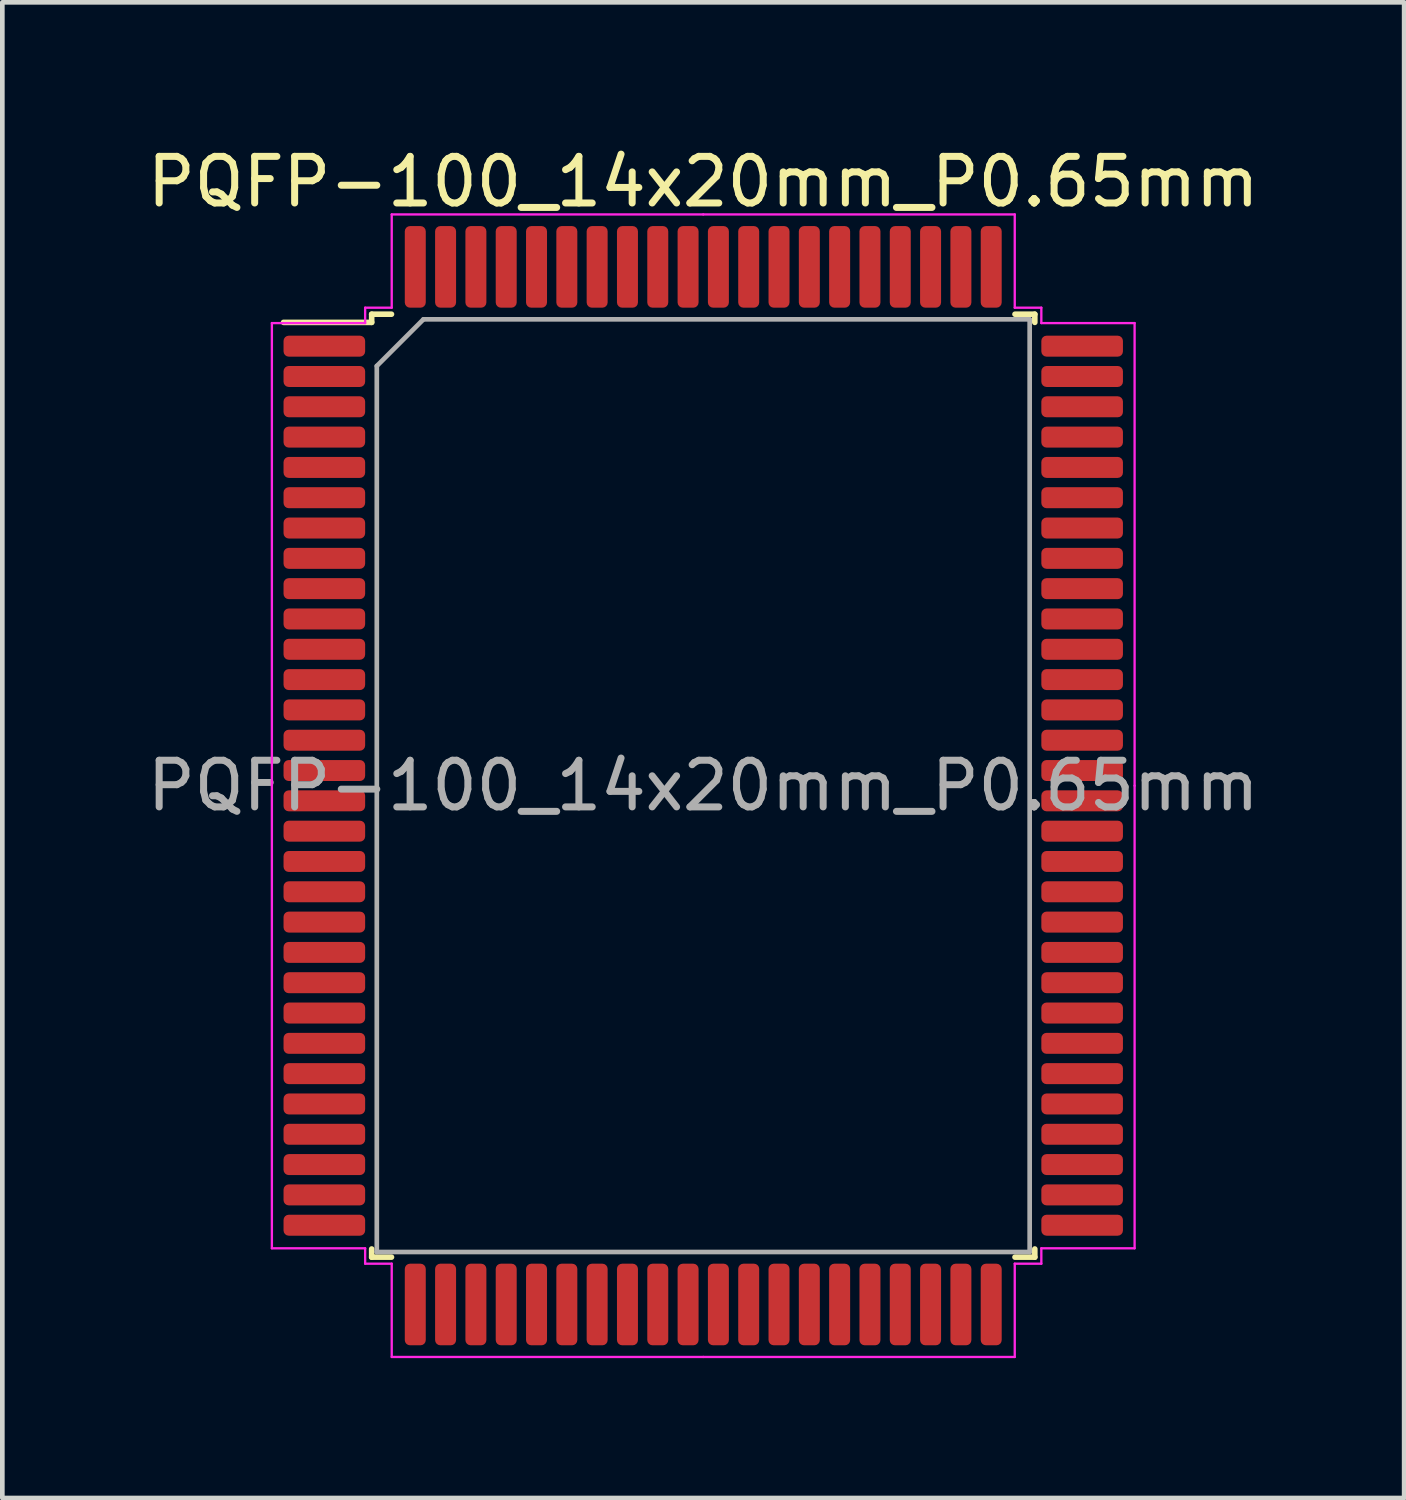
<source format=kicad_pcb>
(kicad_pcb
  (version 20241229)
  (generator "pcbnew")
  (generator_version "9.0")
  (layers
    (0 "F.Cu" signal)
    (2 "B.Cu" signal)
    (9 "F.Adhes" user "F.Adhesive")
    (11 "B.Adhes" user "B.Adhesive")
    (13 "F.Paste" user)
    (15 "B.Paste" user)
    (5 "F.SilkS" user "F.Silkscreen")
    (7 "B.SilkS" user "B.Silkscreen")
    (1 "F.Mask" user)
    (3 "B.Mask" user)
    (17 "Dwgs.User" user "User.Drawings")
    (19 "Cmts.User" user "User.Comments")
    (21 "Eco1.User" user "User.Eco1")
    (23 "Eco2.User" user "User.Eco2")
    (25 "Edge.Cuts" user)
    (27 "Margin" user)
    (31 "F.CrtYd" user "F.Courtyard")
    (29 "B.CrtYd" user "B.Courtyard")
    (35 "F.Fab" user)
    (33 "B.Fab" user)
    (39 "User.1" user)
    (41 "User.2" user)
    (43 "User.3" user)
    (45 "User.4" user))
  (footprint "PQFP-100_14x20mm_P0.65mm"
    (layer "F.Cu")
    (at 12.03 13.798)
    (property "Reference" "PQFP-100_14x20mm_P0.65mm" (at 0 -12.95 0) (layer "F.SilkS") (effects (font (size 1 1) (thickness 0.15))))
    (attr smd)
    (fp_line (start -7.11 -10.11) (end -7.11 -9.935) (stroke (width 0.12) (type solid)) (layer "F.SilkS"))
    (fp_line (start -7.11 -9.935) (end -9 -9.935) (stroke (width 0.12) (type solid)) (layer "F.SilkS"))
    (fp_line (start -7.11 10.11) (end -7.11 9.935) (stroke (width 0.12) (type solid)) (layer "F.SilkS"))
    (fp_line (start -6.685 -10.11) (end -7.11 -10.11) (stroke (width 0.12) (type solid)) (layer "F.SilkS"))
    (fp_line (start -6.685 10.11) (end -7.11 10.11) (stroke (width 0.12) (type solid)) (layer "F.SilkS"))
    (fp_line (start 6.685 -10.11) (end 7.11 -10.11) (stroke (width 0.12) (type solid)) (layer "F.SilkS"))
    (fp_line (start 6.685 10.11) (end 7.11 10.11) (stroke (width 0.12) (type solid)) (layer "F.SilkS"))
    (fp_line (start 7.11 -10.11) (end 7.11 -9.935) (stroke (width 0.12) (type solid)) (layer "F.SilkS"))
    (fp_line (start 7.11 10.11) (end 7.11 9.935) (stroke (width 0.12) (type solid)) (layer "F.SilkS"))
    (fp_line (start -9.25 -9.92) (end -9.25 0) (stroke (width 0.05) (type solid)) (layer "F.CrtYd"))
    (fp_line (start -9.25 9.92) (end -9.25 0) (stroke (width 0.05) (type solid)) (layer "F.CrtYd"))
    (fp_line (start -7.25 -10.25) (end -7.25 -9.92) (stroke (width 0.05) (type solid)) (layer "F.CrtYd"))
    (fp_line (start -7.25 -9.92) (end -9.25 -9.92) (stroke (width 0.05) (type solid)) (layer "F.CrtYd"))
    (fp_line (start -7.25 9.92) (end -9.25 9.92) (stroke (width 0.05) (type solid)) (layer "F.CrtYd"))
    (fp_line (start -7.25 10.25) (end -7.25 9.92) (stroke (width 0.05) (type solid)) (layer "F.CrtYd"))
    (fp_line (start -6.68 -12.25) (end -6.68 -10.25) (stroke (width 0.05) (type solid)) (layer "F.CrtYd"))
    (fp_line (start -6.68 -10.25) (end -7.25 -10.25) (stroke (width 0.05) (type solid)) (layer "F.CrtYd"))
    (fp_line (start -6.68 10.25) (end -7.25 10.25) (stroke (width 0.05) (type solid)) (layer "F.CrtYd"))
    (fp_line (start -6.68 12.25) (end -6.68 10.25) (stroke (width 0.05) (type solid)) (layer "F.CrtYd"))
    (fp_line (start 0 -12.25) (end -6.68 -12.25) (stroke (width 0.05) (type solid)) (layer "F.CrtYd"))
    (fp_line (start 0 -12.25) (end 6.68 -12.25) (stroke (width 0.05) (type solid)) (layer "F.CrtYd"))
    (fp_line (start 0 12.25) (end -6.68 12.25) (stroke (width 0.05) (type solid)) (layer "F.CrtYd"))
    (fp_line (start 0 12.25) (end 6.68 12.25) (stroke (width 0.05) (type solid)) (layer "F.CrtYd"))
    (fp_line (start 6.68 -12.25) (end 6.68 -10.25) (stroke (width 0.05) (type solid)) (layer "F.CrtYd"))
    (fp_line (start 6.68 -10.25) (end 7.25 -10.25) (stroke (width 0.05) (type solid)) (layer "F.CrtYd"))
    (fp_line (start 6.68 10.25) (end 7.25 10.25) (stroke (width 0.05) (type solid)) (layer "F.CrtYd"))
    (fp_line (start 6.68 12.25) (end 6.68 10.25) (stroke (width 0.05) (type solid)) (layer "F.CrtYd"))
    (fp_line (start 7.25 -10.25) (end 7.25 -9.92) (stroke (width 0.05) (type solid)) (layer "F.CrtYd"))
    (fp_line (start 7.25 -9.92) (end 9.25 -9.92) (stroke (width 0.05) (type solid)) (layer "F.CrtYd"))
    (fp_line (start 7.25 9.92) (end 9.25 9.92) (stroke (width 0.05) (type solid)) (layer "F.CrtYd"))
    (fp_line (start 7.25 10.25) (end 7.25 9.92) (stroke (width 0.05) (type solid)) (layer "F.CrtYd"))
    (fp_line (start 9.25 -9.92) (end 9.25 0) (stroke (width 0.05) (type solid)) (layer "F.CrtYd"))
    (fp_line (start 9.25 9.92) (end 9.25 0) (stroke (width 0.05) (type solid)) (layer "F.CrtYd"))
    (fp_line (start -7 -9) (end -6 -10) (stroke (width 0.1) (type solid)) (layer "F.Fab"))
    (fp_line (start -7 10) (end -7 -9) (stroke (width 0.1) (type solid)) (layer "F.Fab"))
    (fp_line (start -6 -10) (end 7 -10) (stroke (width 0.1) (type solid)) (layer "F.Fab"))
    (fp_line (start 7 -10) (end 7 10) (stroke (width 0.1) (type solid)) (layer "F.Fab"))
    (fp_line (start 7 10) (end -7 10) (stroke (width 0.1) (type solid)) (layer "F.Fab"))
    (fp_text user "${REFERENCE}" (at 0 0 0) (layer "F.Fab") (effects (font (size 1 1) (thickness 0.15))))
    (pad "1" smd roundrect (at -8.125 -9.425) (size 1.75 0.45) (layers "F.Cu" "F.Mask" "F.Paste") (roundrect_rratio 0.25))
    (pad "2" smd roundrect (at -8.125 -8.775) (size 1.75 0.45) (layers "F.Cu" "F.Mask" "F.Paste") (roundrect_rratio 0.25))
    (pad "3" smd roundrect (at -8.125 -8.125) (size 1.75 0.45) (layers "F.Cu" "F.Mask" "F.Paste") (roundrect_rratio 0.25))
    (pad "4" smd roundrect (at -8.125 -7.475) (size 1.75 0.45) (layers "F.Cu" "F.Mask" "F.Paste") (roundrect_rratio 0.25))
    (pad "5" smd roundrect (at -8.125 -6.825) (size 1.75 0.45) (layers "F.Cu" "F.Mask" "F.Paste") (roundrect_rratio 0.25))
    (pad "6" smd roundrect (at -8.125 -6.175) (size 1.75 0.45) (layers "F.Cu" "F.Mask" "F.Paste") (roundrect_rratio 0.25))
    (pad "7" smd roundrect (at -8.125 -5.525) (size 1.75 0.45) (layers "F.Cu" "F.Mask" "F.Paste") (roundrect_rratio 0.25))
    (pad "8" smd roundrect (at -8.125 -4.875) (size 1.75 0.45) (layers "F.Cu" "F.Mask" "F.Paste") (roundrect_rratio 0.25))
    (pad "9" smd roundrect (at -8.125 -4.225) (size 1.75 0.45) (layers "F.Cu" "F.Mask" "F.Paste") (roundrect_rratio 0.25))
    (pad "10" smd roundrect (at -8.125 -3.575) (size 1.75 0.45) (layers "F.Cu" "F.Mask" "F.Paste") (roundrect_rratio 0.25))
    (pad "11" smd roundrect (at -8.125 -2.925) (size 1.75 0.45) (layers "F.Cu" "F.Mask" "F.Paste") (roundrect_rratio 0.25))
    (pad "12" smd roundrect (at -8.125 -2.275) (size 1.75 0.45) (layers "F.Cu" "F.Mask" "F.Paste") (roundrect_rratio 0.25))
    (pad "13" smd roundrect (at -8.125 -1.625) (size 1.75 0.45) (layers "F.Cu" "F.Mask" "F.Paste") (roundrect_rratio 0.25))
    (pad "14" smd roundrect (at -8.125 -0.975) (size 1.75 0.45) (layers "F.Cu" "F.Mask" "F.Paste") (roundrect_rratio 0.25))
    (pad "15" smd roundrect (at -8.125 -0.325) (size 1.75 0.45) (layers "F.Cu" "F.Mask" "F.Paste") (roundrect_rratio 0.25))
    (pad "16" smd roundrect (at -8.125 0.325) (size 1.75 0.45) (layers "F.Cu" "F.Mask" "F.Paste") (roundrect_rratio 0.25))
    (pad "17" smd roundrect (at -8.125 0.975) (size 1.75 0.45) (layers "F.Cu" "F.Mask" "F.Paste") (roundrect_rratio 0.25))
    (pad "18" smd roundrect (at -8.125 1.625) (size 1.75 0.45) (layers "F.Cu" "F.Mask" "F.Paste") (roundrect_rratio 0.25))
    (pad "19" smd roundrect (at -8.125 2.275) (size 1.75 0.45) (layers "F.Cu" "F.Mask" "F.Paste") (roundrect_rratio 0.25))
    (pad "20" smd roundrect (at -8.125 2.925) (size 1.75 0.45) (layers "F.Cu" "F.Mask" "F.Paste") (roundrect_rratio 0.25))
    (pad "21" smd roundrect (at -8.125 3.575) (size 1.75 0.45) (layers "F.Cu" "F.Mask" "F.Paste") (roundrect_rratio 0.25))
    (pad "22" smd roundrect (at -8.125 4.225) (size 1.75 0.45) (layers "F.Cu" "F.Mask" "F.Paste") (roundrect_rratio 0.25))
    (pad "23" smd roundrect (at -8.125 4.875) (size 1.75 0.45) (layers "F.Cu" "F.Mask" "F.Paste") (roundrect_rratio 0.25))
    (pad "24" smd roundrect (at -8.125 5.525) (size 1.75 0.45) (layers "F.Cu" "F.Mask" "F.Paste") (roundrect_rratio 0.25))
    (pad "25" smd roundrect (at -8.125 6.175) (size 1.75 0.45) (layers "F.Cu" "F.Mask" "F.Paste") (roundrect_rratio 0.25))
    (pad "26" smd roundrect (at -8.125 6.825) (size 1.75 0.45) (layers "F.Cu" "F.Mask" "F.Paste") (roundrect_rratio 0.25))
    (pad "27" smd roundrect (at -8.125 7.475) (size 1.75 0.45) (layers "F.Cu" "F.Mask" "F.Paste") (roundrect_rratio 0.25))
    (pad "28" smd roundrect (at -8.125 8.125) (size 1.75 0.45) (layers "F.Cu" "F.Mask" "F.Paste") (roundrect_rratio 0.25))
    (pad "29" smd roundrect (at -8.125 8.775) (size 1.75 0.45) (layers "F.Cu" "F.Mask" "F.Paste") (roundrect_rratio 0.25))
    (pad "30" smd roundrect (at -8.125 9.425) (size 1.75 0.45) (layers "F.Cu" "F.Mask" "F.Paste") (roundrect_rratio 0.25))
    (pad "31" smd roundrect (at -6.175 11.125) (size 0.45 1.75) (layers "F.Cu" "F.Mask" "F.Paste") (roundrect_rratio 0.25))
    (pad "32" smd roundrect (at -5.525 11.125) (size 0.45 1.75) (layers "F.Cu" "F.Mask" "F.Paste") (roundrect_rratio 0.25))
    (pad "33" smd roundrect (at -4.875 11.125) (size 0.45 1.75) (layers "F.Cu" "F.Mask" "F.Paste") (roundrect_rratio 0.25))
    (pad "34" smd roundrect (at -4.225 11.125) (size 0.45 1.75) (layers "F.Cu" "F.Mask" "F.Paste") (roundrect_rratio 0.25))
    (pad "35" smd roundrect (at -3.575 11.125) (size 0.45 1.75) (layers "F.Cu" "F.Mask" "F.Paste") (roundrect_rratio 0.25))
    (pad "36" smd roundrect (at -2.925 11.125) (size 0.45 1.75) (layers "F.Cu" "F.Mask" "F.Paste") (roundrect_rratio 0.25))
    (pad "37" smd roundrect (at -2.275 11.125) (size 0.45 1.75) (layers "F.Cu" "F.Mask" "F.Paste") (roundrect_rratio 0.25))
    (pad "38" smd roundrect (at -1.625 11.125) (size 0.45 1.75) (layers "F.Cu" "F.Mask" "F.Paste") (roundrect_rratio 0.25))
    (pad "39" smd roundrect (at -0.975 11.125) (size 0.45 1.75) (layers "F.Cu" "F.Mask" "F.Paste") (roundrect_rratio 0.25))
    (pad "40" smd roundrect (at -0.325 11.125) (size 0.45 1.75) (layers "F.Cu" "F.Mask" "F.Paste") (roundrect_rratio 0.25))
    (pad "41" smd roundrect (at 0.325 11.125) (size 0.45 1.75) (layers "F.Cu" "F.Mask" "F.Paste") (roundrect_rratio 0.25))
    (pad "42" smd roundrect (at 0.975 11.125) (size 0.45 1.75) (layers "F.Cu" "F.Mask" "F.Paste") (roundrect_rratio 0.25))
    (pad "43" smd roundrect (at 1.625 11.125) (size 0.45 1.75) (layers "F.Cu" "F.Mask" "F.Paste") (roundrect_rratio 0.25))
    (pad "44" smd roundrect (at 2.275 11.125) (size 0.45 1.75) (layers "F.Cu" "F.Mask" "F.Paste") (roundrect_rratio 0.25))
    (pad "45" smd roundrect (at 2.925 11.125) (size 0.45 1.75) (layers "F.Cu" "F.Mask" "F.Paste") (roundrect_rratio 0.25))
    (pad "46" smd roundrect (at 3.575 11.125) (size 0.45 1.75) (layers "F.Cu" "F.Mask" "F.Paste") (roundrect_rratio 0.25))
    (pad "47" smd roundrect (at 4.225 11.125) (size 0.45 1.75) (layers "F.Cu" "F.Mask" "F.Paste") (roundrect_rratio 0.25))
    (pad "48" smd roundrect (at 4.875 11.125) (size 0.45 1.75) (layers "F.Cu" "F.Mask" "F.Paste") (roundrect_rratio 0.25))
    (pad "49" smd roundrect (at 5.525 11.125) (size 0.45 1.75) (layers "F.Cu" "F.Mask" "F.Paste") (roundrect_rratio 0.25))
    (pad "50" smd roundrect (at 6.175 11.125) (size 0.45 1.75) (layers "F.Cu" "F.Mask" "F.Paste") (roundrect_rratio 0.25))
    (pad "51" smd roundrect (at 8.125 9.425) (size 1.75 0.45) (layers "F.Cu" "F.Mask" "F.Paste") (roundrect_rratio 0.25))
    (pad "52" smd roundrect (at 8.125 8.775) (size 1.75 0.45) (layers "F.Cu" "F.Mask" "F.Paste") (roundrect_rratio 0.25))
    (pad "53" smd roundrect (at 8.125 8.125) (size 1.75 0.45) (layers "F.Cu" "F.Mask" "F.Paste") (roundrect_rratio 0.25))
    (pad "54" smd roundrect (at 8.125 7.475) (size 1.75 0.45) (layers "F.Cu" "F.Mask" "F.Paste") (roundrect_rratio 0.25))
    (pad "55" smd roundrect (at 8.125 6.825) (size 1.75 0.45) (layers "F.Cu" "F.Mask" "F.Paste") (roundrect_rratio 0.25))
    (pad "56" smd roundrect (at 8.125 6.175) (size 1.75 0.45) (layers "F.Cu" "F.Mask" "F.Paste") (roundrect_rratio 0.25))
    (pad "57" smd roundrect (at 8.125 5.525) (size 1.75 0.45) (layers "F.Cu" "F.Mask" "F.Paste") (roundrect_rratio 0.25))
    (pad "58" smd roundrect (at 8.125 4.875) (size 1.75 0.45) (layers "F.Cu" "F.Mask" "F.Paste") (roundrect_rratio 0.25))
    (pad "59" smd roundrect (at 8.125 4.225) (size 1.75 0.45) (layers "F.Cu" "F.Mask" "F.Paste") (roundrect_rratio 0.25))
    (pad "60" smd roundrect (at 8.125 3.575) (size 1.75 0.45) (layers "F.Cu" "F.Mask" "F.Paste") (roundrect_rratio 0.25))
    (pad "61" smd roundrect (at 8.125 2.925) (size 1.75 0.45) (layers "F.Cu" "F.Mask" "F.Paste") (roundrect_rratio 0.25))
    (pad "62" smd roundrect (at 8.125 2.275) (size 1.75 0.45) (layers "F.Cu" "F.Mask" "F.Paste") (roundrect_rratio 0.25))
    (pad "63" smd roundrect (at 8.125 1.625) (size 1.75 0.45) (layers "F.Cu" "F.Mask" "F.Paste") (roundrect_rratio 0.25))
    (pad "64" smd roundrect (at 8.125 0.975) (size 1.75 0.45) (layers "F.Cu" "F.Mask" "F.Paste") (roundrect_rratio 0.25))
    (pad "65" smd roundrect (at 8.125 0.325) (size 1.75 0.45) (layers "F.Cu" "F.Mask" "F.Paste") (roundrect_rratio 0.25))
    (pad "66" smd roundrect (at 8.125 -0.325) (size 1.75 0.45) (layers "F.Cu" "F.Mask" "F.Paste") (roundrect_rratio 0.25))
    (pad "67" smd roundrect (at 8.125 -0.975) (size 1.75 0.45) (layers "F.Cu" "F.Mask" "F.Paste") (roundrect_rratio 0.25))
    (pad "68" smd roundrect (at 8.125 -1.625) (size 1.75 0.45) (layers "F.Cu" "F.Mask" "F.Paste") (roundrect_rratio 0.25))
    (pad "69" smd roundrect (at 8.125 -2.275) (size 1.75 0.45) (layers "F.Cu" "F.Mask" "F.Paste") (roundrect_rratio 0.25))
    (pad "70" smd roundrect (at 8.125 -2.925) (size 1.75 0.45) (layers "F.Cu" "F.Mask" "F.Paste") (roundrect_rratio 0.25))
    (pad "71" smd roundrect (at 8.125 -3.575) (size 1.75 0.45) (layers "F.Cu" "F.Mask" "F.Paste") (roundrect_rratio 0.25))
    (pad "72" smd roundrect (at 8.125 -4.225) (size 1.75 0.45) (layers "F.Cu" "F.Mask" "F.Paste") (roundrect_rratio 0.25))
    (pad "73" smd roundrect (at 8.125 -4.875) (size 1.75 0.45) (layers "F.Cu" "F.Mask" "F.Paste") (roundrect_rratio 0.25))
    (pad "74" smd roundrect (at 8.125 -5.525) (size 1.75 0.45) (layers "F.Cu" "F.Mask" "F.Paste") (roundrect_rratio 0.25))
    (pad "75" smd roundrect (at 8.125 -6.175) (size 1.75 0.45) (layers "F.Cu" "F.Mask" "F.Paste") (roundrect_rratio 0.25))
    (pad "76" smd roundrect (at 8.125 -6.825) (size 1.75 0.45) (layers "F.Cu" "F.Mask" "F.Paste") (roundrect_rratio 0.25))
    (pad "77" smd roundrect (at 8.125 -7.475) (size 1.75 0.45) (layers "F.Cu" "F.Mask" "F.Paste") (roundrect_rratio 0.25))
    (pad "78" smd roundrect (at 8.125 -8.125) (size 1.75 0.45) (layers "F.Cu" "F.Mask" "F.Paste") (roundrect_rratio 0.25))
    (pad "79" smd roundrect (at 8.125 -8.775) (size 1.75 0.45) (layers "F.Cu" "F.Mask" "F.Paste") (roundrect_rratio 0.25))
    (pad "80" smd roundrect (at 8.125 -9.425) (size 1.75 0.45) (layers "F.Cu" "F.Mask" "F.Paste") (roundrect_rratio 0.25))
    (pad "81" smd roundrect (at 6.175 -11.125) (size 0.45 1.75) (layers "F.Cu" "F.Mask" "F.Paste") (roundrect_rratio 0.25))
    (pad "82" smd roundrect (at 5.525 -11.125) (size 0.45 1.75) (layers "F.Cu" "F.Mask" "F.Paste") (roundrect_rratio 0.25))
    (pad "83" smd roundrect (at 4.875 -11.125) (size 0.45 1.75) (layers "F.Cu" "F.Mask" "F.Paste") (roundrect_rratio 0.25))
    (pad "84" smd roundrect (at 4.225 -11.125) (size 0.45 1.75) (layers "F.Cu" "F.Mask" "F.Paste") (roundrect_rratio 0.25))
    (pad "85" smd roundrect (at 3.575 -11.125) (size 0.45 1.75) (layers "F.Cu" "F.Mask" "F.Paste") (roundrect_rratio 0.25))
    (pad "86" smd roundrect (at 2.925 -11.125) (size 0.45 1.75) (layers "F.Cu" "F.Mask" "F.Paste") (roundrect_rratio 0.25))
    (pad "87" smd roundrect (at 2.275 -11.125) (size 0.45 1.75) (layers "F.Cu" "F.Mask" "F.Paste") (roundrect_rratio 0.25))
    (pad "88" smd roundrect (at 1.625 -11.125) (size 0.45 1.75) (layers "F.Cu" "F.Mask" "F.Paste") (roundrect_rratio 0.25))
    (pad "89" smd roundrect (at 0.975 -11.125) (size 0.45 1.75) (layers "F.Cu" "F.Mask" "F.Paste") (roundrect_rratio 0.25))
    (pad "90" smd roundrect (at 0.325 -11.125) (size 0.45 1.75) (layers "F.Cu" "F.Mask" "F.Paste") (roundrect_rratio 0.25))
    (pad "91" smd roundrect (at -0.325 -11.125) (size 0.45 1.75) (layers "F.Cu" "F.Mask" "F.Paste") (roundrect_rratio 0.25))
    (pad "92" smd roundrect (at -0.975 -11.125) (size 0.45 1.75) (layers "F.Cu" "F.Mask" "F.Paste") (roundrect_rratio 0.25))
    (pad "93" smd roundrect (at -1.625 -11.125) (size 0.45 1.75) (layers "F.Cu" "F.Mask" "F.Paste") (roundrect_rratio 0.25))
    (pad "94" smd roundrect (at -2.275 -11.125) (size 0.45 1.75) (layers "F.Cu" "F.Mask" "F.Paste") (roundrect_rratio 0.25))
    (pad "95" smd roundrect (at -2.925 -11.125) (size 0.45 1.75) (layers "F.Cu" "F.Mask" "F.Paste") (roundrect_rratio 0.25))
    (pad "96" smd roundrect (at -3.575 -11.125) (size 0.45 1.75) (layers "F.Cu" "F.Mask" "F.Paste") (roundrect_rratio 0.25))
    (pad "97" smd roundrect (at -4.225 -11.125) (size 0.45 1.75) (layers "F.Cu" "F.Mask" "F.Paste") (roundrect_rratio 0.25))
    (pad "98" smd roundrect (at -4.875 -11.125) (size 0.45 1.75) (layers "F.Cu" "F.Mask" "F.Paste") (roundrect_rratio 0.25))
    (pad "99" smd roundrect (at -5.525 -11.125) (size 0.45 1.75) (layers "F.Cu" "F.Mask" "F.Paste") (roundrect_rratio 0.25))
    (pad "100" smd roundrect (at -6.175 -11.125) (size 0.45 1.75) (layers "F.Cu" "F.Mask" "F.Paste") (roundrect_rratio 0.25)))
  (gr_rect
    (start -3 -3)
    (end 27.06 29.073)
    (stroke (width 0.1) (type default))
    (fill no)
    (layer "Edge.Cuts")))
</source>
